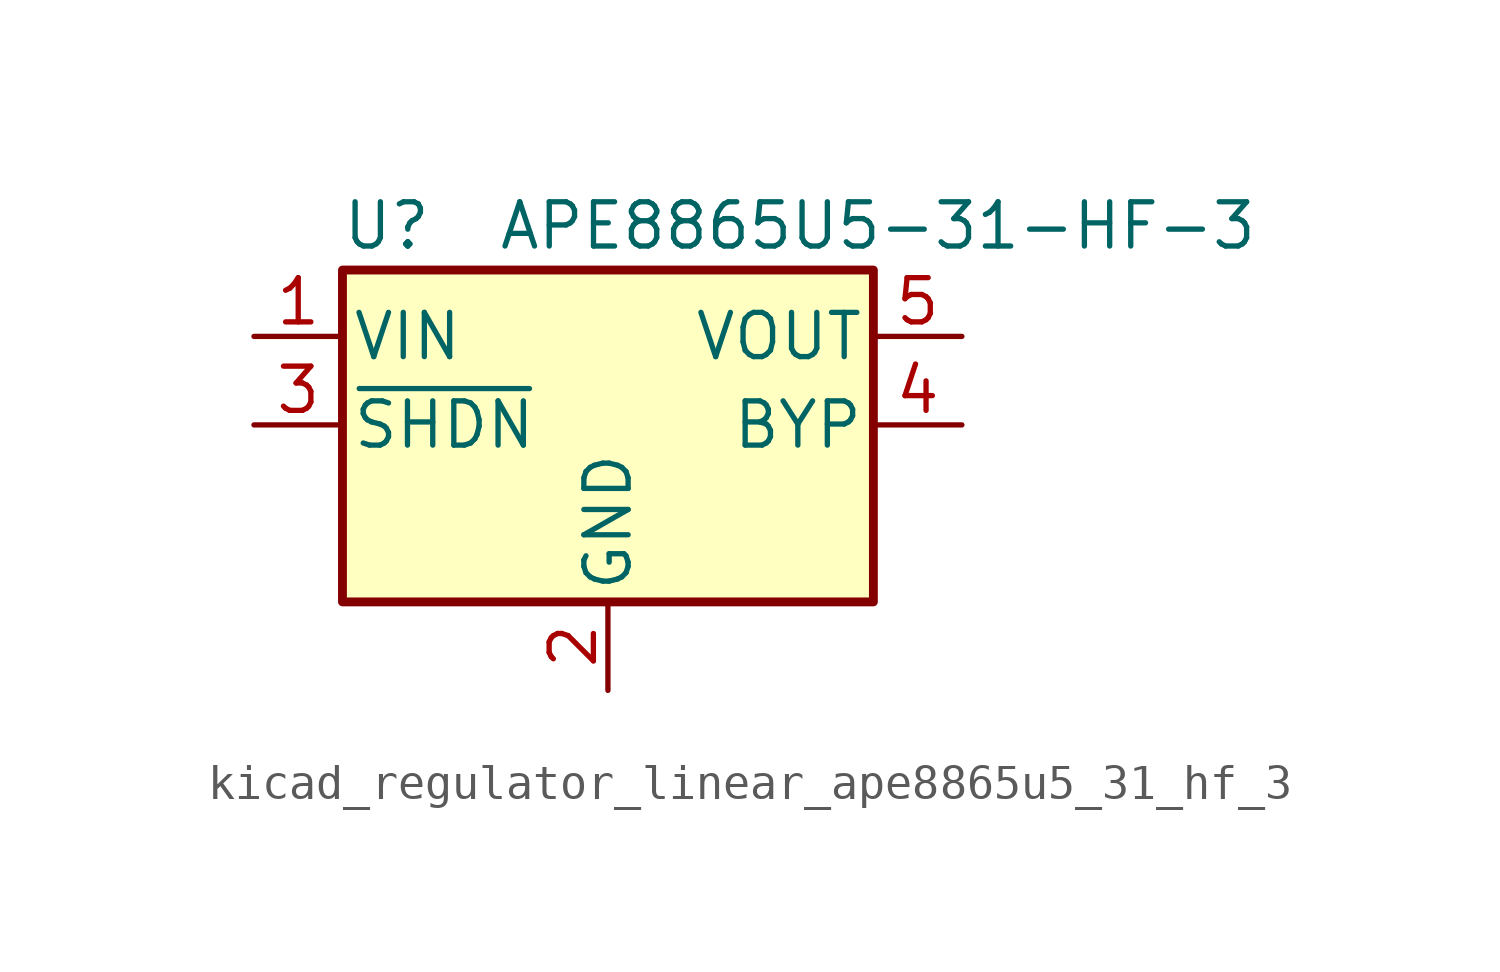
<source format=kicad_sym>
(kicad_symbol_lib
  (version 20220914)
  (generator kicad_symbol_editor)
  (symbol "kicad_regulator_linear_ape8865u5_31_hf_3"
    (pin_names
      (offset 0.254))
    (property "Reference" "U"
      (at -6.35 5.715 0)
      (effects (font (size 1.27 1.27))))
    (property "Value" "APE8865U5-31-HF-3"
      (at -3.175 5.715 0)
      (effects (font (size 1.27 1.27)) (justify left)))
    (symbol "kicad_regulator_linear_ape8865u5_31_hf_3_0_1"
      (rectangle (start -7.62 4.445) (end 7.62 -5.08) (stroke (width 0.254) (type default)) (fill (type background))))
    (symbol "kicad_regulator_linear_ape8865u5_31_hf_3_1_1"
      (pin power_in line (at -10.16 2.54 0) (length 2.54) (name "VIN" (effects (font (size 1.27 1.27)))) (number "1" (effects (font (size 1.27 1.27)))))
      (pin power_in line (at 0 -7.62 90) (length 2.54) (name "GND" (effects (font (size 1.27 1.27)))) (number "2" (effects (font (size 1.27 1.27)))))
      (pin input line (at -10.16 0 0) (length 2.54) (name "~{SHDN}" (effects (font (size 1.27 1.27)))) (number "3" (effects (font (size 1.27 1.27)))))
      (pin input line (at 10.16 0 180) (length 2.54) (name "BYP" (effects (font (size 1.27 1.27)))) (number "4" (effects (font (size 1.27 1.27)))))
      (pin power_out line (at 10.16 2.54 180) (length 2.54) (name "VOUT" (effects (font (size 1.27 1.27)))) (number "5" (effects (font (size 1.27 1.27))))))))
</source>
